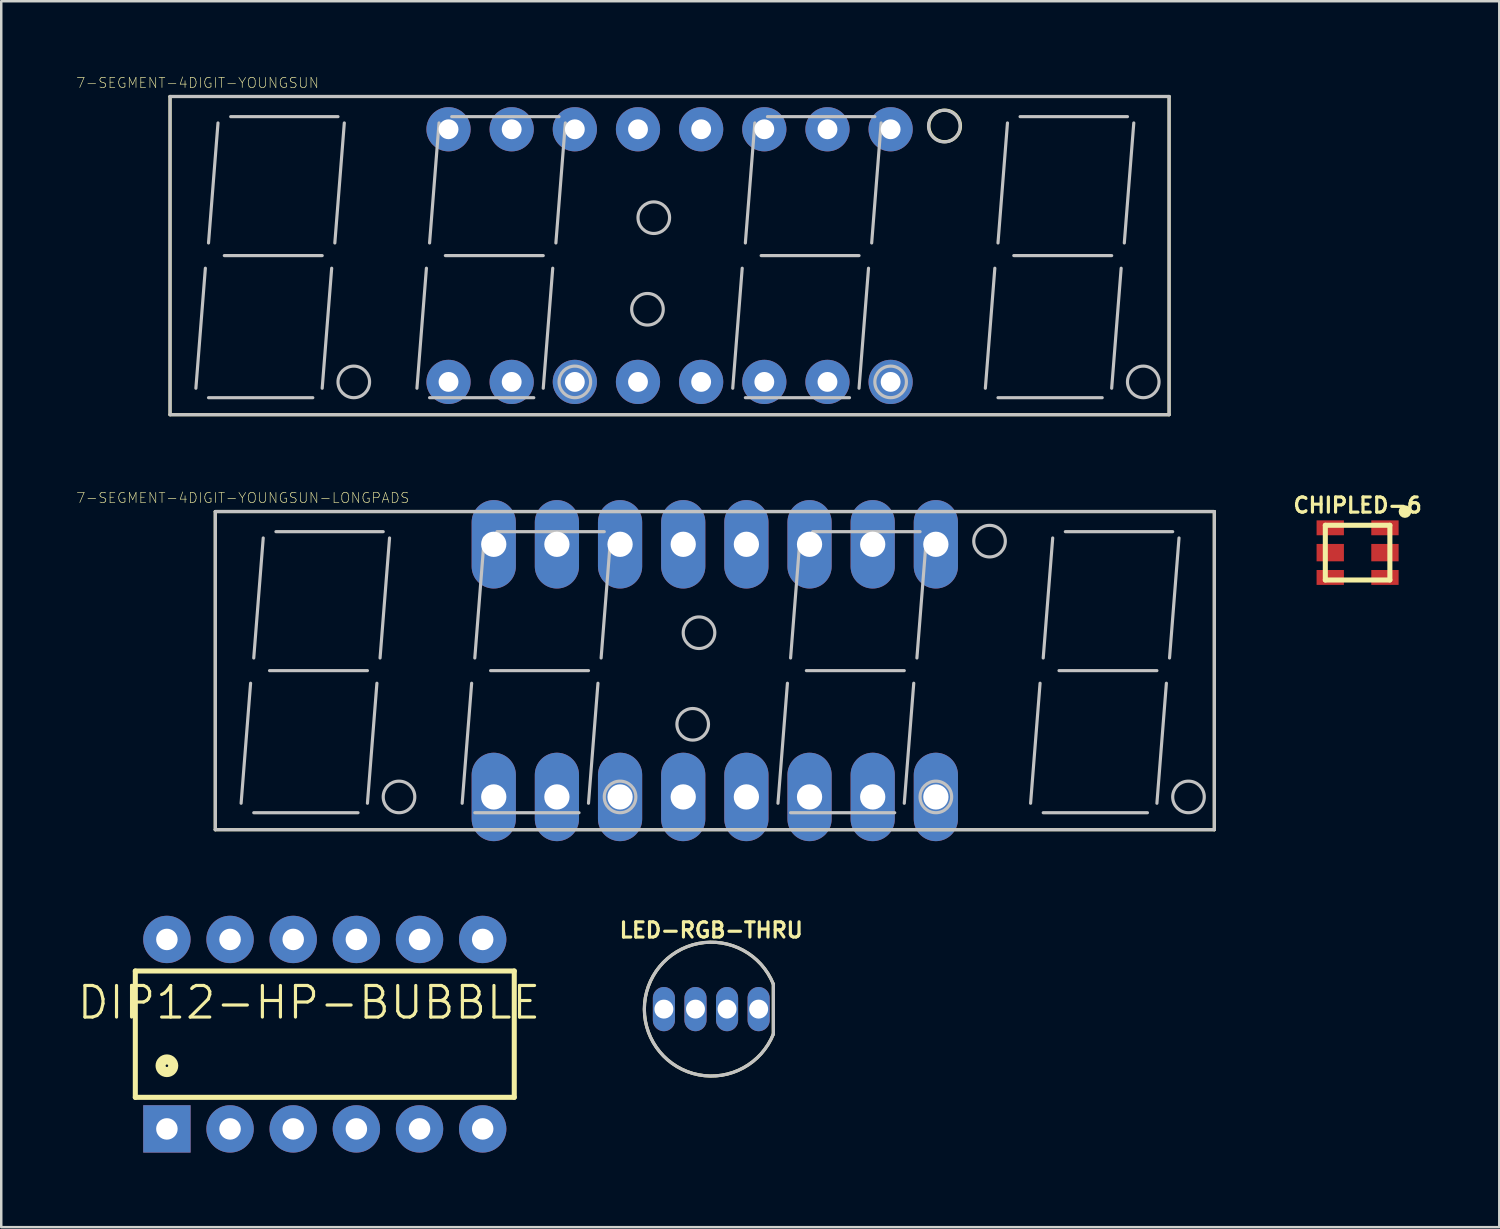
<source format=kicad_pcb>
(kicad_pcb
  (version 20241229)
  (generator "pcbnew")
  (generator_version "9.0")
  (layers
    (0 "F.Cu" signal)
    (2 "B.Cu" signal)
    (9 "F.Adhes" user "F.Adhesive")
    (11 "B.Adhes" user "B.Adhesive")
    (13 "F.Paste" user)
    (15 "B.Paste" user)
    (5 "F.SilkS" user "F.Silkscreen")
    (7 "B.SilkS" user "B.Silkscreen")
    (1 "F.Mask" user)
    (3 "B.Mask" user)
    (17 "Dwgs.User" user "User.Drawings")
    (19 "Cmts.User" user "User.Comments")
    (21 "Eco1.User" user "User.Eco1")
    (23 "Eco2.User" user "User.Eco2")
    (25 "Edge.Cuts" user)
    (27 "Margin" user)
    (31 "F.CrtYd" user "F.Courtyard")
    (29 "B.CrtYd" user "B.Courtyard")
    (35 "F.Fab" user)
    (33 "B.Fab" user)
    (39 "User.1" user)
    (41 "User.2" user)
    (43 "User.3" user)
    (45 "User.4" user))
  (footprint "CHIPLED-6"
    (layer "F.Cu")
    (at 51.548 19.175)
    (property "Reference" "CHIPLED-6" (at 0 -1.905 0) (layer "F.SilkS") (effects (font (size 0.61 0.61) (thickness 0.127))))
    (attr smd)
    (fp_line (start -1.298 -1.1) (end -1.298 1.1) (stroke (width 0.203) (type solid)) (layer "F.SilkS"))
    (fp_line (start -1.298 -1.1) (end 1.298 -1.1) (stroke (width 0.203) (type solid)) (layer "F.SilkS"))
    (fp_line (start -1.298 1.1) (end 1.298 1.1) (stroke (width 0.203) (type solid)) (layer "F.SilkS"))
    (fp_line (start 1.298 -1.1) (end 1.298 1.1) (stroke (width 0.203) (type solid)) (layer "F.SilkS"))
    (fp_circle (center 1.905 -1.651) (end 2.032 -1.651) (stroke (width 0.254) (type solid)) (fill no) (layer "F.SilkS"))
    (pad "P1" smd rect (at 1.1 -0.998) (size 1.1 0.599) (layers "F.Cu" "F.Mask" "F.Paste"))
    (pad "P2" smd rect (at -1.1 -0.998) (size 1.1 0.599) (layers "F.Cu" "F.Mask" "F.Paste"))
    (pad "P3" smd rect (at -1.1 0) (size 1.1 0.699) (layers "F.Cu" "F.Mask" "F.Paste"))
    (pad "P4" smd rect (at -1.1 0.998) (size 1.1 0.599) (layers "F.Cu" "F.Mask" "F.Paste"))
    (pad "P5" smd rect (at 1.1 0.998) (size 1.1 0.599) (layers "F.Cu" "F.Mask" "F.Paste"))
    (pad "P6" smd rect (at 1.1 0) (size 1.1 0.699) (layers "F.Cu" "F.Mask" "F.Paste")))
  (footprint "7-SEGMENT-4DIGIT-YOUNGSUN-LONGPADS"
    (layer "F.Cu")
    (at 25.697 23.92)
    (property "Reference" "7-SEGMENT-4DIGIT-YOUNGSUN-LONGPADS" (at -18.984 -6.947 0) (layer "F.SilkS") (effects (font (size 0.406 0.406) (thickness 0.025))))
    (attr exclude_from_pos_files exclude_from_bom)
    (fp_line (start -20.089 -6.398) (end -20.089 6.398) (stroke (width 0.127) (type solid)) (layer "F.SilkS"))
    (fp_line (start -20.089 -6.398) (end 20.089 -6.398) (stroke (width 0.127) (type solid)) (layer "F.SilkS"))
    (fp_line (start -20.089 6.398) (end 20.089 6.398) (stroke (width 0.127) (type solid)) (layer "F.SilkS"))
    (fp_line (start 20.089 -6.398) (end 20.089 6.398) (stroke (width 0.127) (type solid)) (layer "F.SilkS"))
    (fp_line (start -20.089 -6.398) (end -20.089 6.398) (stroke (width 0.127) (type solid)) (layer "Dwgs.User"))
    (fp_line (start -20.089 -6.398) (end 20.089 -6.398) (stroke (width 0.127) (type solid)) (layer "Dwgs.User"))
    (fp_line (start -20.089 6.398) (end 20.089 6.398) (stroke (width 0.127) (type solid)) (layer "Dwgs.User"))
    (fp_line (start -18.669 0.508) (end -19.05 5.334) (stroke (width 0.127) (type solid)) (layer "Dwgs.User"))
    (fp_line (start -18.542 5.715) (end -14.348 5.715) (stroke (width 0.127) (type solid)) (layer "Dwgs.User"))
    (fp_line (start -18.161 -5.334) (end -18.542 -0.508) (stroke (width 0.127) (type solid)) (layer "Dwgs.User"))
    (fp_line (start -17.907 0) (end -13.97 0) (stroke (width 0.127) (type solid)) (layer "Dwgs.User"))
    (fp_line (start -17.65 -5.588) (end -13.335 -5.588) (stroke (width 0.127) (type solid)) (layer "Dwgs.User"))
    (fp_line (start -13.589 0.508) (end -13.97 5.334) (stroke (width 0.127) (type solid)) (layer "Dwgs.User"))
    (fp_line (start -13.081 -5.334) (end -13.462 -0.508) (stroke (width 0.127) (type solid)) (layer "Dwgs.User"))
    (fp_line (start -9.779 0.508) (end -10.16 5.334) (stroke (width 0.127) (type solid)) (layer "Dwgs.User"))
    (fp_line (start -9.652 5.715) (end -5.461 5.715) (stroke (width 0.127) (type solid)) (layer "Dwgs.User"))
    (fp_line (start -9.271 -5.334) (end -9.652 -0.508) (stroke (width 0.127) (type solid)) (layer "Dwgs.User"))
    (fp_line (start -9.017 0) (end -5.08 0) (stroke (width 0.127) (type solid)) (layer "Dwgs.User"))
    (fp_line (start -8.76 -5.588) (end -4.445 -5.588) (stroke (width 0.127) (type solid)) (layer "Dwgs.User"))
    (fp_line (start -4.699 0.508) (end -5.08 5.334) (stroke (width 0.127) (type solid)) (layer "Dwgs.User"))
    (fp_line (start -4.191 -5.334) (end -4.572 -0.508) (stroke (width 0.127) (type solid)) (layer "Dwgs.User"))
    (fp_line (start 2.921 0.508) (end 2.54 5.334) (stroke (width 0.127) (type solid)) (layer "Dwgs.User"))
    (fp_line (start 3.048 5.715) (end 7.236 5.715) (stroke (width 0.127) (type solid)) (layer "Dwgs.User"))
    (fp_line (start 3.429 -5.334) (end 3.048 -0.508) (stroke (width 0.127) (type solid)) (layer "Dwgs.User"))
    (fp_line (start 3.683 0) (end 7.62 0) (stroke (width 0.127) (type solid)) (layer "Dwgs.User"))
    (fp_line (start 3.937 -5.588) (end 8.255 -5.588) (stroke (width 0.127) (type solid)) (layer "Dwgs.User"))
    (fp_line (start 8.001 0.508) (end 7.62 5.334) (stroke (width 0.127) (type solid)) (layer "Dwgs.User"))
    (fp_line (start 8.509 -5.334) (end 8.128 -0.508) (stroke (width 0.127) (type solid)) (layer "Dwgs.User"))
    (fp_line (start 13.081 0.508) (end 12.7 5.334) (stroke (width 0.127) (type solid)) (layer "Dwgs.User"))
    (fp_line (start 13.208 5.715) (end 17.399 5.715) (stroke (width 0.127) (type solid)) (layer "Dwgs.User"))
    (fp_line (start 13.589 -5.334) (end 13.208 -0.508) (stroke (width 0.127) (type solid)) (layer "Dwgs.User"))
    (fp_line (start 13.843 0) (end 17.78 0) (stroke (width 0.127) (type solid)) (layer "Dwgs.User"))
    (fp_line (start 14.097 -5.588) (end 18.415 -5.588) (stroke (width 0.127) (type solid)) (layer "Dwgs.User"))
    (fp_line (start 18.161 0.508) (end 17.78 5.334) (stroke (width 0.127) (type solid)) (layer "Dwgs.User"))
    (fp_line (start 18.669 -5.334) (end 18.288 -0.508) (stroke (width 0.127) (type solid)) (layer "Dwgs.User"))
    (fp_line (start 20.089 -6.398) (end 20.089 6.398) (stroke (width 0.127) (type solid)) (layer "Dwgs.User"))
    (fp_circle (center -12.7 5.08) (end -12.7 4.445) (stroke (width 0.127) (type solid)) (fill no) (layer "Dwgs.User"))
    (fp_circle (center -3.81 5.08) (end -3.81 4.445) (stroke (width 0.127) (type solid)) (fill no) (layer "Dwgs.User"))
    (fp_circle (center -0.889 2.159) (end -0.889 1.524) (stroke (width 0.127) (type solid)) (fill no) (layer "Dwgs.User"))
    (fp_circle (center -0.635 -1.524) (end -0.635 -2.159) (stroke (width 0.127) (type solid)) (fill no) (layer "Dwgs.User"))
    (fp_circle (center 8.89 5.08) (end 8.89 4.445) (stroke (width 0.127) (type solid)) (fill no) (layer "Dwgs.User"))
    (fp_circle (center 11.049 -5.207) (end 11.049 -5.842) (stroke (width 0.127) (type solid)) (fill no) (layer "Dwgs.User"))
    (fp_circle (center 19.05 5.08) (end 19.05 4.445) (stroke (width 0.127) (type solid)) (fill no) (layer "Dwgs.User"))
    (pad "1" thru_hole oval (at -8.89 5.08 180) (size 1.778 3.556) (drill 1.016) (layers "*.Cu" "*.Paste" "*.Mask"))
    (pad "2" thru_hole oval (at -6.35 5.08 180) (size 1.778 3.556) (drill 1.016) (layers "*.Cu" "*.Paste" "*.Mask"))
    (pad "3" thru_hole oval (at -3.81 5.08 180) (size 1.778 3.556) (drill 1.016) (layers "*.Cu" "*.Paste" "*.Mask"))
    (pad "4" thru_hole oval (at -1.27 5.08 180) (size 1.778 3.556) (drill 1.016) (layers "*.Cu" "*.Paste" "*.Mask"))
    (pad "5" thru_hole oval (at 1.27 5.08 180) (size 1.778 3.556) (drill 1.016) (layers "*.Cu" "*.Paste" "*.Mask"))
    (pad "6" thru_hole oval (at 3.81 5.08 180) (size 1.778 3.556) (drill 1.016) (layers "*.Cu" "*.Paste" "*.Mask"))
    (pad "7" thru_hole oval (at 6.35 5.08 180) (size 1.778 3.556) (drill 1.016) (layers "*.Cu" "*.Paste" "*.Mask"))
    (pad "8" thru_hole oval (at 8.89 5.08 180) (size 1.778 3.556) (drill 1.016) (layers "*.Cu" "*.Paste" "*.Mask"))
    (pad "9" thru_hole oval (at 8.89 -5.08 180) (size 1.778 3.556) (drill 1.016) (layers "*.Cu" "*.Paste" "*.Mask"))
    (pad "10" thru_hole oval (at 6.35 -5.08 180) (size 1.778 3.556) (drill 1.016) (layers "*.Cu" "*.Paste" "*.Mask"))
    (pad "11" thru_hole oval (at 3.81 -5.08 180) (size 1.778 3.556) (drill 1.016) (layers "*.Cu" "*.Paste" "*.Mask"))
    (pad "12" thru_hole oval (at 1.27 -5.08 180) (size 1.778 3.556) (drill 1.016) (layers "*.Cu" "*.Paste" "*.Mask"))
    (pad "13" thru_hole oval (at -1.27 -5.08 180) (size 1.778 3.556) (drill 1.016) (layers "*.Cu" "*.Paste" "*.Mask"))
    (pad "14" thru_hole oval (at -3.81 -5.08 180) (size 1.778 3.556) (drill 1.016) (layers "*.Cu" "*.Paste" "*.Mask"))
    (pad "15" thru_hole oval (at -6.35 -5.08 180) (size 1.778 3.556) (drill 1.016) (layers "*.Cu" "*.Paste" "*.Mask"))
    (pad "16" thru_hole oval (at -8.89 -5.08 180) (size 1.778 3.556) (drill 1.016) (layers "*.Cu" "*.Paste" "*.Mask")))
  (footprint "7-SEGMENT-4DIGIT-YOUNGSUN"
    (layer "F.Cu")
    (at 23.878 7.229)
    (property "Reference" "7-SEGMENT-4DIGIT-YOUNGSUN" (at -18.984 -6.947 0) (layer "F.SilkS") (effects (font (size 0.406 0.406) (thickness 0.025))))
    (attr exclude_from_pos_files exclude_from_bom)
    (fp_line (start -20.089 -6.398) (end -20.089 6.398) (stroke (width 0.127) (type solid)) (layer "F.SilkS"))
    (fp_line (start -20.089 -6.398) (end 20.089 -6.398) (stroke (width 0.127) (type solid)) (layer "F.SilkS"))
    (fp_line (start -20.089 6.398) (end 20.089 6.398) (stroke (width 0.127) (type solid)) (layer "F.SilkS"))
    (fp_line (start 20.089 -6.398) (end 20.089 6.398) (stroke (width 0.127) (type solid)) (layer "F.SilkS"))
    (fp_circle (center 11.064 -5.215) (end 11.064 -5.85) (stroke (width 0.127) (type solid)) (fill no) (layer "F.SilkS"))
    (fp_line (start -20.089 -6.398) (end -20.089 6.398) (stroke (width 0.127) (type solid)) (layer "Dwgs.User"))
    (fp_line (start -20.089 -6.398) (end 20.089 -6.398) (stroke (width 0.127) (type solid)) (layer "Dwgs.User"))
    (fp_line (start -20.089 6.398) (end 20.089 6.398) (stroke (width 0.127) (type solid)) (layer "Dwgs.User"))
    (fp_line (start -18.669 0.508) (end -19.05 5.334) (stroke (width 0.127) (type solid)) (layer "Dwgs.User"))
    (fp_line (start -18.542 5.715) (end -14.348 5.715) (stroke (width 0.127) (type solid)) (layer "Dwgs.User"))
    (fp_line (start -18.161 -5.334) (end -18.542 -0.508) (stroke (width 0.127) (type solid)) (layer "Dwgs.User"))
    (fp_line (start -17.907 0) (end -13.97 0) (stroke (width 0.127) (type solid)) (layer "Dwgs.User"))
    (fp_line (start -17.65 -5.588) (end -13.335 -5.588) (stroke (width 0.127) (type solid)) (layer "Dwgs.User"))
    (fp_line (start -13.589 0.508) (end -13.97 5.334) (stroke (width 0.127) (type solid)) (layer "Dwgs.User"))
    (fp_line (start -13.081 -5.334) (end -13.462 -0.508) (stroke (width 0.127) (type solid)) (layer "Dwgs.User"))
    (fp_line (start -9.779 0.508) (end -10.16 5.334) (stroke (width 0.127) (type solid)) (layer "Dwgs.User"))
    (fp_line (start -9.652 5.715) (end -5.461 5.715) (stroke (width 0.127) (type solid)) (layer "Dwgs.User"))
    (fp_line (start -9.271 -5.334) (end -9.652 -0.508) (stroke (width 0.127) (type solid)) (layer "Dwgs.User"))
    (fp_line (start -9.017 0) (end -5.08 0) (stroke (width 0.127) (type solid)) (layer "Dwgs.User"))
    (fp_line (start -8.76 -5.588) (end -4.445 -5.588) (stroke (width 0.127) (type solid)) (layer "Dwgs.User"))
    (fp_line (start -4.699 0.508) (end -5.08 5.334) (stroke (width 0.127) (type solid)) (layer "Dwgs.User"))
    (fp_line (start -4.191 -5.334) (end -4.572 -0.508) (stroke (width 0.127) (type solid)) (layer "Dwgs.User"))
    (fp_line (start 2.921 0.508) (end 2.54 5.334) (stroke (width 0.127) (type solid)) (layer "Dwgs.User"))
    (fp_line (start 3.048 5.715) (end 7.236 5.715) (stroke (width 0.127) (type solid)) (layer "Dwgs.User"))
    (fp_line (start 3.429 -5.334) (end 3.048 -0.508) (stroke (width 0.127) (type solid)) (layer "Dwgs.User"))
    (fp_line (start 3.683 0) (end 7.62 0) (stroke (width 0.127) (type solid)) (layer "Dwgs.User"))
    (fp_line (start 3.937 -5.588) (end 8.255 -5.588) (stroke (width 0.127) (type solid)) (layer "Dwgs.User"))
    (fp_line (start 8.001 0.508) (end 7.62 5.334) (stroke (width 0.127) (type solid)) (layer "Dwgs.User"))
    (fp_line (start 8.509 -5.334) (end 8.128 -0.508) (stroke (width 0.127) (type solid)) (layer "Dwgs.User"))
    (fp_line (start 13.081 0.508) (end 12.7 5.334) (stroke (width 0.127) (type solid)) (layer "Dwgs.User"))
    (fp_line (start 13.208 5.715) (end 17.399 5.715) (stroke (width 0.127) (type solid)) (layer "Dwgs.User"))
    (fp_line (start 13.589 -5.334) (end 13.208 -0.508) (stroke (width 0.127) (type solid)) (layer "Dwgs.User"))
    (fp_line (start 13.843 0) (end 17.78 0) (stroke (width 0.127) (type solid)) (layer "Dwgs.User"))
    (fp_line (start 14.097 -5.588) (end 18.415 -5.588) (stroke (width 0.127) (type solid)) (layer "Dwgs.User"))
    (fp_line (start 18.161 0.508) (end 17.78 5.334) (stroke (width 0.127) (type solid)) (layer "Dwgs.User"))
    (fp_line (start 18.669 -5.334) (end 18.288 -0.508) (stroke (width 0.127) (type solid)) (layer "Dwgs.User"))
    (fp_line (start 20.089 -6.398) (end 20.089 6.398) (stroke (width 0.127) (type solid)) (layer "Dwgs.User"))
    (fp_circle (center -12.7 5.08) (end -12.7 4.445) (stroke (width 0.127) (type solid)) (fill no) (layer "Dwgs.User"))
    (fp_circle (center -3.81 5.08) (end -3.81 4.445) (stroke (width 0.127) (type solid)) (fill no) (layer "Dwgs.User"))
    (fp_circle (center -0.889 2.159) (end -0.889 1.524) (stroke (width 0.127) (type solid)) (fill no) (layer "Dwgs.User"))
    (fp_circle (center -0.635 -1.524) (end -0.635 -2.159) (stroke (width 0.127) (type solid)) (fill no) (layer "Dwgs.User"))
    (fp_circle (center 8.89 5.08) (end 8.89 4.445) (stroke (width 0.127) (type solid)) (fill no) (layer "Dwgs.User"))
    (fp_circle (center 11.049 -5.207) (end 11.049 -5.842) (stroke (width 0.127) (type solid)) (fill no) (layer "Dwgs.User"))
    (fp_circle (center 19.05 5.08) (end 19.05 4.445) (stroke (width 0.127) (type solid)) (fill no) (layer "Dwgs.User"))
    (pad "1" thru_hole circle (at -8.89 5.08) (size 1.778 1.778) (drill 0.798) (layers "*.Cu" "*.Paste" "*.Mask"))
    (pad "2" thru_hole circle (at -6.35 5.08) (size 1.778 1.778) (drill 0.798) (layers "*.Cu" "*.Paste" "*.Mask"))
    (pad "3" thru_hole circle (at -3.81 5.08) (size 1.778 1.778) (drill 0.798) (layers "*.Cu" "*.Paste" "*.Mask"))
    (pad "4" thru_hole circle (at -1.27 5.08) (size 1.778 1.778) (drill 0.798) (layers "*.Cu" "*.Paste" "*.Mask"))
    (pad "5" thru_hole circle (at 1.27 5.08) (size 1.778 1.778) (drill 0.798) (layers "*.Cu" "*.Paste" "*.Mask"))
    (pad "6" thru_hole circle (at 3.81 5.08) (size 1.778 1.778) (drill 0.798) (layers "*.Cu" "*.Paste" "*.Mask"))
    (pad "7" thru_hole circle (at 6.35 5.08) (size 1.778 1.778) (drill 0.798) (layers "*.Cu" "*.Paste" "*.Mask"))
    (pad "8" thru_hole circle (at 8.89 5.08) (size 1.778 1.778) (drill 0.798) (layers "*.Cu" "*.Paste" "*.Mask"))
    (pad "9" thru_hole circle (at 8.89 -5.08) (size 1.778 1.778) (drill 0.798) (layers "*.Cu" "*.Paste" "*.Mask"))
    (pad "10" thru_hole circle (at 6.35 -5.08) (size 1.778 1.778) (drill 0.798) (layers "*.Cu" "*.Paste" "*.Mask"))
    (pad "11" thru_hole circle (at 3.81 -5.08) (size 1.778 1.778) (drill 0.798) (layers "*.Cu" "*.Paste" "*.Mask"))
    (pad "12" thru_hole circle (at 1.27 -5.08) (size 1.778 1.778) (drill 0.798) (layers "*.Cu" "*.Paste" "*.Mask"))
    (pad "13" thru_hole circle (at -1.27 -5.08) (size 1.778 1.778) (drill 0.798) (layers "*.Cu" "*.Paste" "*.Mask"))
    (pad "14" thru_hole circle (at -3.81 -5.08) (size 1.778 1.778) (drill 0.798) (layers "*.Cu" "*.Paste" "*.Mask"))
    (pad "15" thru_hole circle (at -6.35 -5.08) (size 1.778 1.778) (drill 0.798) (layers "*.Cu" "*.Paste" "*.Mask"))
    (pad "16" thru_hole circle (at -8.89 -5.08) (size 1.778 1.778) (drill 0.798) (layers "*.Cu" "*.Paste" "*.Mask")))
  (footprint "LED-RGB-THRU"
    (layer "F.Cu")
    (at 25.555 37.533)
    (property "Reference" "LED-RGB-THRU" (at 0 -3.175 0) (layer "F.SilkS") (effects (font (size 0.61 0.61) (thickness 0.127))))
    (attr exclude_from_pos_files exclude_from_bom)
    (fp_line (start 2.499 0.998) (end 2.499 -0.998) (stroke (width 0.127) (type solid)) (layer "F.SilkS"))
    (fp_line (start 2.499 0.998) (end 2.499 -0.998) (stroke (width 0.127) (type solid)) (layer "F.SilkS"))
    (fp_arc (start 2.49936 0.99822) (mid -2.691325 0.003698) (end 2.496608 -1.005084) (stroke (width 0.127) (type solid)) (layer "F.SilkS"))
    (fp_line (start 2.499 0.998) (end 2.499 -0.998) (stroke (width 0.127) (type solid)) (layer "Dwgs.User"))
    (fp_arc (start 2.49936 0.99822) (mid -2.691325 0.003698) (end 2.496608 -1.005084) (stroke (width 0.127) (type solid)) (layer "Dwgs.User"))
    (pad "1" thru_hole oval (at 1.905 0 180) (size 0.889 1.778) (drill 0.762) (layers "*.Cu" "*.Paste" "*.Mask"))
    (pad "2" thru_hole oval (at 0.635 0 180) (size 0.889 1.778) (drill 0.762) (layers "*.Cu" "*.Paste" "*.Mask"))
    (pad "3" thru_hole oval (at -0.635 0 180) (size 0.889 1.778) (drill 0.762) (layers "*.Cu" "*.Paste" "*.Mask"))
    (pad "4" thru_hole oval (at -1.905 0 180) (size 0.889 1.778) (drill 0.762) (layers "*.Cu" "*.Paste" "*.Mask")))
  (footprint "DIP12-HP-BUBBLE"
    (layer "F.Cu")
    (at 10.012 38.541)
    (property "Reference" "DIP12-HP-BUBBLE" (at -0.635 -1.27 0) (layer "F.SilkS") (effects (font (size 1.27 1.27) (thickness 0.127))))
    (attr exclude_from_pos_files exclude_from_bom)
    (fp_line (start -7.62 -2.54) (end 7.62 -2.54) (stroke (width 0.203) (type solid)) (layer "F.SilkS"))
    (fp_line (start -7.62 2.54) (end -7.62 -2.54) (stroke (width 0.203) (type solid)) (layer "F.SilkS"))
    (fp_line (start -7.62 2.54) (end 7.62 2.54) (stroke (width 0.203) (type solid)) (layer "F.SilkS"))
    (fp_line (start 7.62 -2.54) (end 7.62 2.54) (stroke (width 0.203) (type solid)) (layer "F.SilkS"))
    (fp_circle (center -6.35 1.27) (end -6.35 1.016) (stroke (width 0.406) (type solid)) (fill no) (layer "F.SilkS"))
    (pad "1" thru_hole rect (at -6.35 3.81) (size 1.905 1.905) (drill 0.864) (layers "*.Cu" "*.Paste" "*.Mask"))
    (pad "2" thru_hole circle (at -3.81 3.81) (size 1.905 1.905) (drill 0.864) (layers "*.Cu" "*.Paste" "*.Mask"))
    (pad "3" thru_hole circle (at -1.27 3.81) (size 1.905 1.905) (drill 0.864) (layers "*.Cu" "*.Paste" "*.Mask"))
    (pad "4" thru_hole circle (at 1.27 3.81) (size 1.905 1.905) (drill 0.864) (layers "*.Cu" "*.Paste" "*.Mask"))
    (pad "5" thru_hole circle (at 3.81 3.81) (size 1.905 1.905) (drill 0.864) (layers "*.Cu" "*.Paste" "*.Mask"))
    (pad "6" thru_hole circle (at 6.35 3.81) (size 1.905 1.905) (drill 0.864) (layers "*.Cu" "*.Paste" "*.Mask"))
    (pad "7" thru_hole circle (at 6.35 -3.81) (size 1.905 1.905) (drill 0.864) (layers "*.Cu" "*.Paste" "*.Mask"))
    (pad "8" thru_hole circle (at 3.81 -3.81) (size 1.905 1.905) (drill 0.864) (layers "*.Cu" "*.Paste" "*.Mask"))
    (pad "9" thru_hole circle (at 1.27 -3.81) (size 1.905 1.905) (drill 0.864) (layers "*.Cu" "*.Paste" "*.Mask"))
    (pad "10" thru_hole circle (at -1.27 -3.81) (size 1.905 1.905) (drill 0.864) (layers "*.Cu" "*.Paste" "*.Mask"))
    (pad "11" thru_hole circle (at -3.81 -3.81) (size 1.905 1.905) (drill 0.864) (layers "*.Cu" "*.Paste" "*.Mask"))
    (pad "12" thru_hole circle (at -6.35 -3.81) (size 1.905 1.905) (drill 0.864) (layers "*.Cu" "*.Paste" "*.Mask")))
  (gr_rect
    (start -3 -3)
    (end 57.246 46.303)
    (stroke (width 0.1) (type default))
    (fill no)
    (layer "Edge.Cuts")))
</source>
